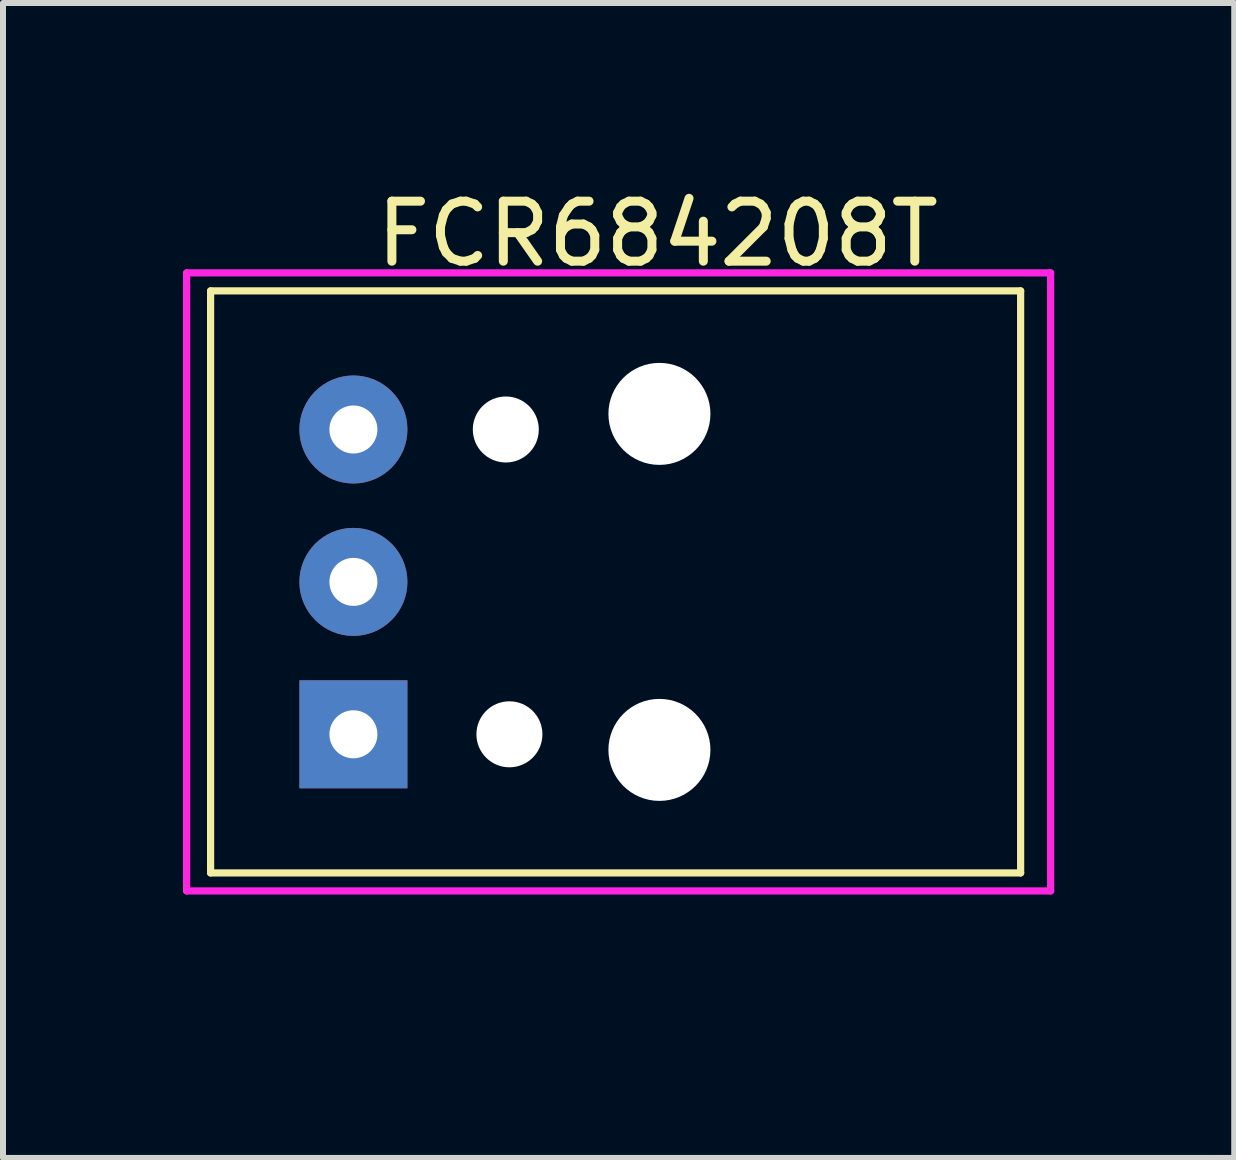
<source format=kicad_pcb>
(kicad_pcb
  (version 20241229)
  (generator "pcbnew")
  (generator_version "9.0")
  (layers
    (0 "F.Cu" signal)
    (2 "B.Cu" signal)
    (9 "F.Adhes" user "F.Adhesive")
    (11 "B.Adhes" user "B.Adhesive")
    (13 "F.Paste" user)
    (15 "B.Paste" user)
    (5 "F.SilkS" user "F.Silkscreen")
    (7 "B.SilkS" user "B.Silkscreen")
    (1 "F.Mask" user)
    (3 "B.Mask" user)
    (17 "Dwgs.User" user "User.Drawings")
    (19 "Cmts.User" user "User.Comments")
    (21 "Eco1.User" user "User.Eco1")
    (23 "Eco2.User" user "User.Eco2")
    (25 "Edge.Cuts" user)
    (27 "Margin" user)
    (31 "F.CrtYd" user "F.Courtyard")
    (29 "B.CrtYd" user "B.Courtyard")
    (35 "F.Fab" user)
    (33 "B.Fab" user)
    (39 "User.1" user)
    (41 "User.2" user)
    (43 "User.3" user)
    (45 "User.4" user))
  (footprint "FCR684208T"
    (layer "F.Cu")
    (at 10.46 12.998)
    (property "Reference" "FCR684208T" (at -2.55 -12.15 0) (layer "F.SilkS") (effects (font (size 1 1) (thickness 0.15))))
    (attr through_hole)
    (fp_line (start -10 -11.2) (end 3.5 -11.2) (stroke (width 0.12) (type solid)) (layer "F.SilkS"))
    (fp_line (start -10 -1.5) (end -10 -11.2) (stroke (width 0.12) (type solid)) (layer "F.SilkS"))
    (fp_line (start 3.5 -11.2) (end 3.5 -1.5) (stroke (width 0.12) (type solid)) (layer "F.SilkS"))
    (fp_line (start 3.5 -1.5) (end -10 -1.5) (stroke (width 0.12) (type solid)) (layer "F.SilkS"))
    (fp_line (start -10.4 -11.5) (end 4 -11.5) (stroke (width 0.12) (type solid)) (layer "F.CrtYd"))
    (fp_line (start -10.4 -1.2) (end -10.4 -11.5) (stroke (width 0.12) (type solid)) (layer "F.CrtYd"))
    (fp_line (start 4 -11.5) (end 4 -1.2) (stroke (width 0.12) (type solid)) (layer "F.CrtYd"))
    (fp_line (start 4 -1.2) (end -10.4 -1.2) (stroke (width 0.12) (type solid)) (layer "F.CrtYd"))
    (pad "" np_thru_hole circle (at -5.08 -8.89) (size 1.1 1.1) (drill 1.1) (layers "*.Cu" "*.Mask"))
    (pad "" np_thru_hole circle (at -5.02 -3.81) (size 1.1 1.1) (drill 1.1) (layers "*.Cu" "*.Mask"))
    (pad "" np_thru_hole circle (at -2.52 -9.15) (size 1.7 1.7) (drill 1.7) (layers "*.Cu" "*.Mask"))
    (pad "" np_thru_hole circle (at -2.52 -3.55) (size 1.7 1.7) (drill 1.7) (layers "*.Cu" "*.Mask"))
    (pad "1" thru_hole circle (at -7.62 -8.89) (size 1.8 1.8) (drill 0.8) (layers "*.Cu" "*.Mask"))
    (pad "2" thru_hole circle (at -7.62 -6.35) (size 1.8 1.8) (drill 0.8) (layers "*.Cu" "*.Mask"))
    (pad "3" thru_hole rect (at -7.62 -3.81) (size 1.8 1.8) (drill 0.8) (layers "*.Cu" "*.Mask")))
  (gr_rect
    (start -3 -3)
    (end 17.52 16.248)
    (stroke (width 0.1) (type default))
    (fill no)
    (layer "Edge.Cuts")))
</source>
